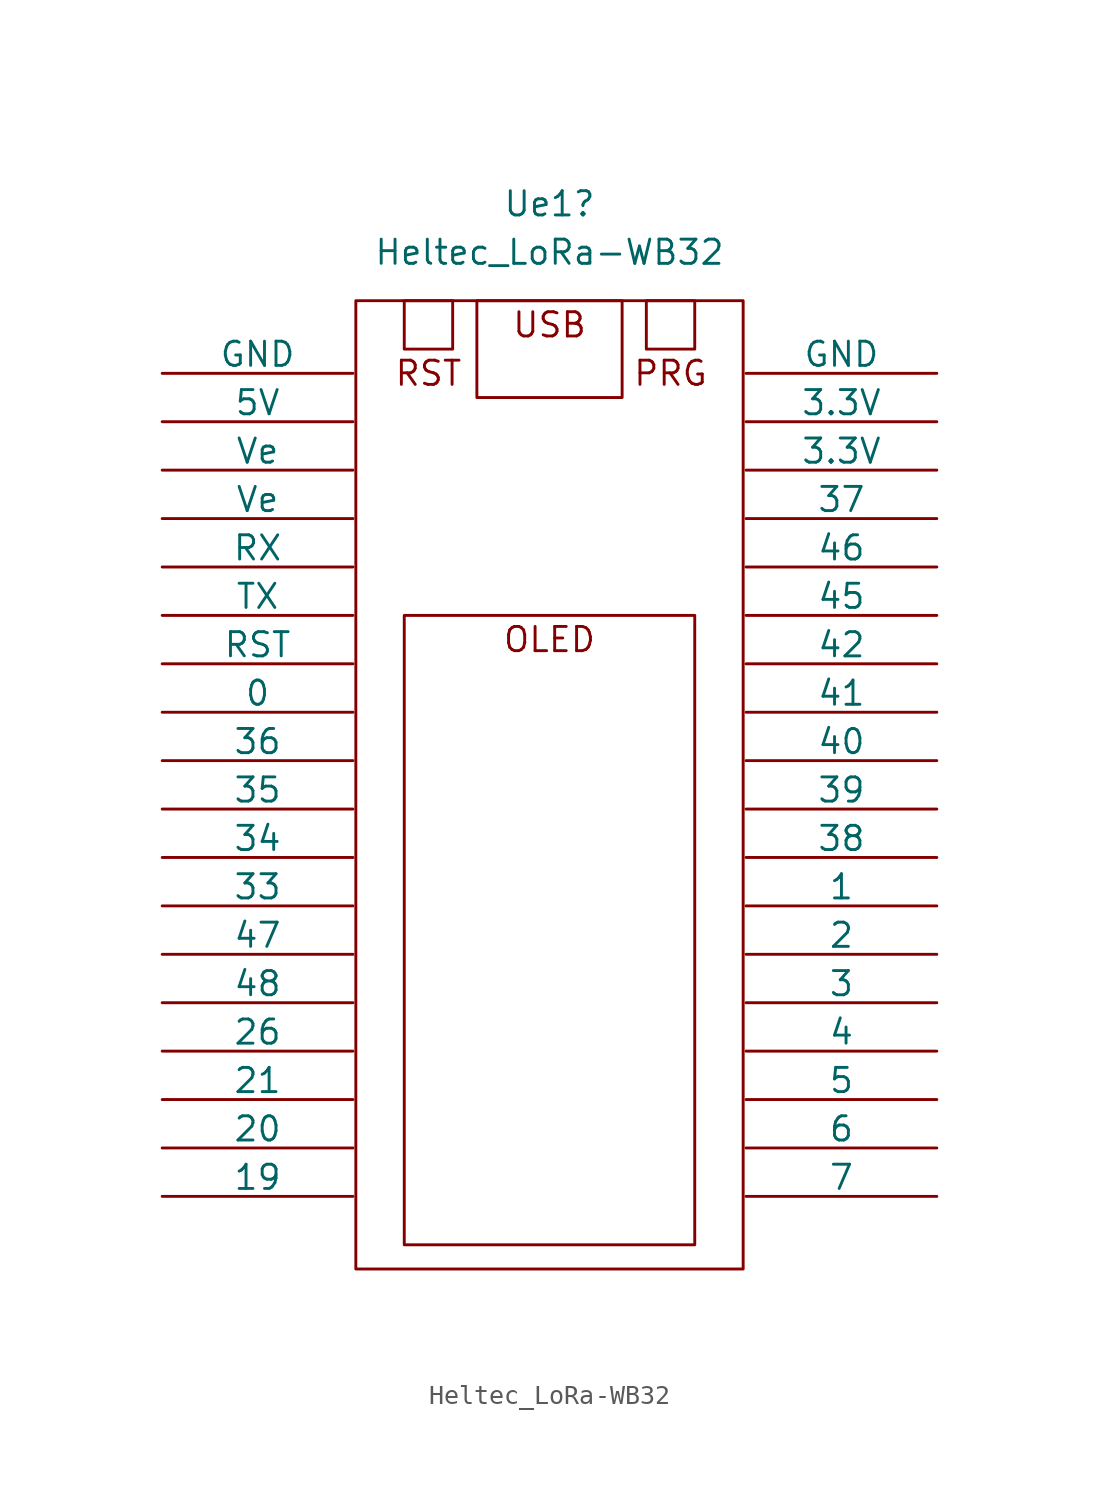
<source format=kicad_sym>
(kicad_symbol_lib
  (version 20220914)
  (generator kicad_symbol_editor)
  (symbol "Heltec_LoRa-WB32"
    (pin_numbers hide)
    (pin_names
      (offset 0))
    (property "Reference" "Ue1"
      (at 0 30.48 0)
      (effects (font (size 1.27 1.27))))
    (property "Value" "Heltec_LoRa-WB32"
      (at 0 27.94 0)
      (effects (font (size 1.27 1.27))))
    (property "Datasheet" ""
      (at 0 0 0)
      (effects (font (size 1.27 1.27))))
    (symbol "Heltec_LoRa-WB32_0_0"
      (rectangle (start -10.16 25.4) (end 10.16 -25.4) (stroke (width 0) (type solid)) (fill (type none)))
      (rectangle (start -5.08 22.86) (end -7.62 25.4) (stroke (width 0) (type solid)) (fill (type none)))
      (rectangle (start 3.81 25.4) (end -3.81 20.32) (stroke (width 0) (type solid)) (fill (type none)))
      (rectangle (start 5.08 22.86) (end 7.62 25.4) (stroke (width 0) (type solid)) (fill (type none)))
      (rectangle (start 7.62 -24.13) (end -7.62 8.89) (stroke (width 0) (type solid)) (fill (type none)))
      (text "OLED" (at 0 7.62 0) (effects (font (size 1.27 1.27))))
      (text "PRG" (at 6.35 21.59 0) (effects (font (size 1.27 1.27))))
      (text "RST" (at -6.35 21.59 0) (effects (font (size 1.27 1.27))))
      (text "USB" (at 0 24.13 0) (effects (font (size 1.27 1.27)))))
    (symbol "Heltec_LoRa-WB32_1_1"
      (pin power_in line (at -20.32 21.59 0) (length 10.008) (name "GND" (effects (font (size 1.27 1.27)))) (number "1" (effects (font (size 1.27 1.27)))))
      (pin bidirectional line (at -20.32 -1.27 0) (length 10.008) (name "35" (effects (font (size 1.27 1.27)))) (number "10" (effects (font (size 1.27 1.27)))))
      (pin input line (at -20.32 -3.81 0) (length 10.008) (name "34" (effects (font (size 1.27 1.27)))) (number "11" (effects (font (size 1.27 1.27)))))
      (pin input line (at -20.32 -6.35 0) (length 10.008) (name "33" (effects (font (size 1.27 1.27)))) (number "12" (effects (font (size 1.27 1.27)))))
      (pin input line (at -20.32 -8.89 0) (length 10.008) (name "47" (effects (font (size 1.27 1.27)))) (number "13" (effects (font (size 1.27 1.27)))))
      (pin input line (at -20.32 -11.43 0) (length 10.008) (name "48" (effects (font (size 1.27 1.27)))) (number "14" (effects (font (size 1.27 1.27)))))
      (pin input line (at -20.32 -13.97 0) (length 10.008) (name "26" (effects (font (size 1.27 1.27)))) (number "15" (effects (font (size 1.27 1.27)))))
      (pin input line (at -20.32 -16.51 0) (length 10.008) (name "21" (effects (font (size 1.27 1.27)))) (number "16" (effects (font (size 1.27 1.27)))))
      (pin input line (at -20.32 -19.05 0) (length 10.008) (name "20" (effects (font (size 1.27 1.27)))) (number "17" (effects (font (size 1.27 1.27)))))
      (pin input line (at -20.32 -21.59 0) (length 10.008) (name "19" (effects (font (size 1.27 1.27)))) (number "18" (effects (font (size 1.27 1.27)))))
      (pin bidirectional line (at 20.32 -21.59 180) (length 10.008) (name "7" (effects (font (size 1.27 1.27)))) (number "19" (effects (font (size 1.27 1.27)))))
      (pin power_in line (at -20.32 19.05 0) (length 10.008) (name "5V" (effects (font (size 1.27 1.27)))) (number "2" (effects (font (size 1.27 1.27)))))
      (pin bidirectional line (at 20.32 -19.05 180) (length 10.008) (name "6" (effects (font (size 1.27 1.27)))) (number "20" (effects (font (size 1.27 1.27)))))
      (pin bidirectional line (at 20.32 -16.51 180) (length 10.008) (name "5" (effects (font (size 1.27 1.27)))) (number "21" (effects (font (size 1.27 1.27)))))
      (pin bidirectional line (at 20.32 -13.97 180) (length 10.008) (name "4" (effects (font (size 1.27 1.27)))) (number "22" (effects (font (size 1.27 1.27)))))
      (pin bidirectional line (at 20.32 -11.43 180) (length 10.008) (name "3" (effects (font (size 1.27 1.27)))) (number "23" (effects (font (size 1.27 1.27)))))
      (pin bidirectional line (at 20.32 -8.89 180) (length 10.008) (name "2" (effects (font (size 1.27 1.27)))) (number "24" (effects (font (size 1.27 1.27)))))
      (pin bidirectional line (at 20.32 -6.35 180) (length 10.008) (name "1" (effects (font (size 1.27 1.27)))) (number "25" (effects (font (size 1.27 1.27)))))
      (pin bidirectional line (at 20.32 -3.81 180) (length 10.008) (name "38" (effects (font (size 1.27 1.27)))) (number "26" (effects (font (size 1.27 1.27)))))
      (pin bidirectional line (at 20.32 -1.27 180) (length 10.008) (name "39" (effects (font (size 1.27 1.27)))) (number "27" (effects (font (size 1.27 1.27)))))
      (pin bidirectional line (at 20.32 1.27 180) (length 10.008) (name "40" (effects (font (size 1.27 1.27)))) (number "28" (effects (font (size 1.27 1.27)))))
      (pin bidirectional line (at 20.32 3.81 180) (length 10.008) (name "41" (effects (font (size 1.27 1.27)))) (number "29" (effects (font (size 1.27 1.27)))))
      (pin power_out line (at -20.32 16.51 0) (length 10.008) (name "Ve" (effects (font (size 1.27 1.27)))) (number "3" (effects (font (size 1.27 1.27)))))
      (pin bidirectional line (at 20.32 6.35 180) (length 10.008) (name "42" (effects (font (size 1.27 1.27)))) (number "30" (effects (font (size 1.27 1.27)))))
      (pin bidirectional line (at 20.32 8.89 180) (length 10.008) (name "45" (effects (font (size 1.27 1.27)))) (number "31" (effects (font (size 1.27 1.27)))))
      (pin bidirectional line (at 20.32 11.43 180) (length 10.008) (name "46" (effects (font (size 1.27 1.27)))) (number "32" (effects (font (size 1.27 1.27)))))
      (pin bidirectional line (at 20.32 13.97 180) (length 10.008) (name "37" (effects (font (size 1.27 1.27)))) (number "33" (effects (font (size 1.27 1.27)))))
      (pin power_in line (at 20.32 16.51 180) (length 10.008) (name "3.3V" (effects (font (size 1.27 1.27)))) (number "34" (effects (font (size 1.27 1.27)))))
      (pin power_in line (at 20.32 19.05 180) (length 10.008) (name "3.3V" (effects (font (size 1.27 1.27)))) (number "35" (effects (font (size 1.27 1.27)))))
      (pin power_in line (at 20.32 21.59 180) (length 10.008) (name "GND" (effects (font (size 1.27 1.27)))) (number "36" (effects (font (size 1.27 1.27)))))
      (pin power_out line (at -20.32 13.97 0) (length 10.008) (name "Ve" (effects (font (size 1.27 1.27)))) (number "4" (effects (font (size 1.27 1.27)))))
      (pin bidirectional line (at -20.32 11.43 0) (length 10.008) (name "RX" (effects (font (size 1.27 1.27)))) (number "5" (effects (font (size 1.27 1.27)))))
      (pin bidirectional line (at -20.32 8.89 0) (length 10.008) (name "TX" (effects (font (size 1.27 1.27)))) (number "6" (effects (font (size 1.27 1.27)))))
      (pin bidirectional line (at -20.32 6.35 0) (length 10.008) (name "RST" (effects (font (size 1.27 1.27)))) (number "7" (effects (font (size 1.27 1.27)))))
      (pin bidirectional line (at -20.32 3.81 0) (length 10.008) (name "0" (effects (font (size 1.27 1.27)))) (number "8" (effects (font (size 1.27 1.27)))))
      (pin bidirectional line (at -20.32 1.27 0) (length 10.008) (name "36" (effects (font (size 1.27 1.27)))) (number "9" (effects (font (size 1.27 1.27))))))))
</source>
